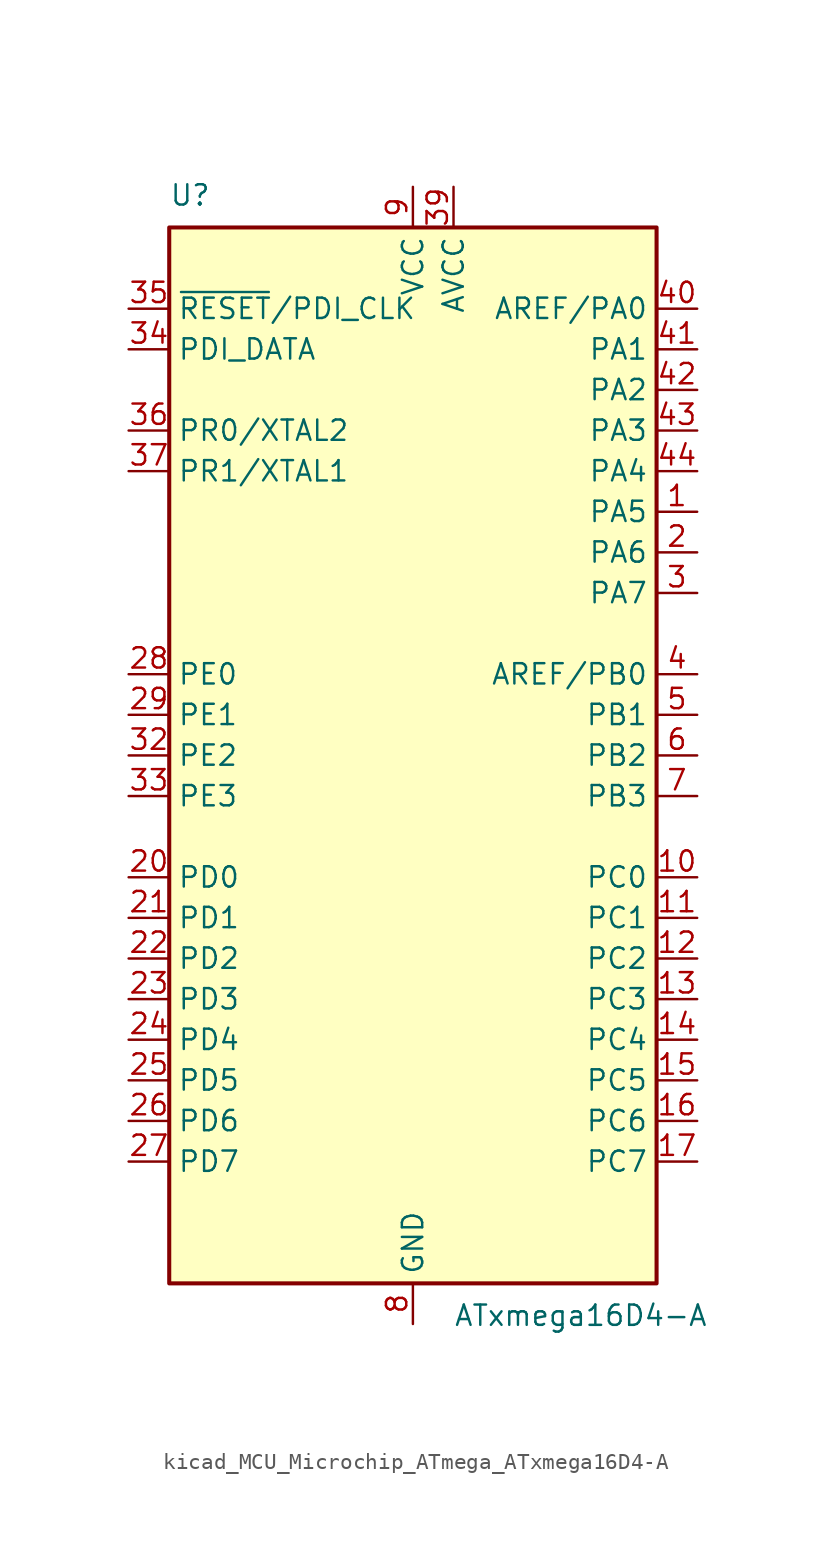
<source format=kicad_sym>
(kicad_symbol_lib
  (version 20220914)
  (generator kicad_symbol_editor)
  (symbol "kicad_MCU_Microchip_ATmega_ATxmega16D4-A"
    (property "Reference" "U"
      (at -15.24 34.29 0)
      (effects (font (size 1.27 1.27)) (justify left bottom)))
    (property "Value" "ATxmega16D4-A"
      (at 2.54 -34.29 0)
      (effects (font (size 1.27 1.27)) (justify left top)))
    (symbol "kicad_MCU_Microchip_ATmega_ATxmega16D4-A_0_1"
      (rectangle (start -15.24 -33.02) (end 15.24 33.02) (stroke (width 0.254) (type default)) (fill (type background))))
    (symbol "kicad_MCU_Microchip_ATmega_ATxmega16D4-A_1_1"
      (pin bidirectional line (at 17.78 15.24 180) (length 2.54) (name "PA5" (effects (font (size 1.27 1.27)))) (number "1" (effects (font (size 1.27 1.27)))))
      (pin bidirectional line (at 17.78 -7.62 180) (length 2.54) (name "PC0" (effects (font (size 1.27 1.27)))) (number "10" (effects (font (size 1.27 1.27)))))
      (pin bidirectional line (at 17.78 -10.16 180) (length 2.54) (name "PC1" (effects (font (size 1.27 1.27)))) (number "11" (effects (font (size 1.27 1.27)))))
      (pin bidirectional line (at 17.78 -12.7 180) (length 2.54) (name "PC2" (effects (font (size 1.27 1.27)))) (number "12" (effects (font (size 1.27 1.27)))))
      (pin bidirectional line (at 17.78 -15.24 180) (length 2.54) (name "PC3" (effects (font (size 1.27 1.27)))) (number "13" (effects (font (size 1.27 1.27)))))
      (pin bidirectional line (at 17.78 -17.78 180) (length 2.54) (name "PC4" (effects (font (size 1.27 1.27)))) (number "14" (effects (font (size 1.27 1.27)))))
      (pin bidirectional line (at 17.78 -20.32 180) (length 2.54) (name "PC5" (effects (font (size 1.27 1.27)))) (number "15" (effects (font (size 1.27 1.27)))))
      (pin bidirectional line (at 17.78 -22.86 180) (length 2.54) (name "PC6" (effects (font (size 1.27 1.27)))) (number "16" (effects (font (size 1.27 1.27)))))
      (pin bidirectional line (at 17.78 -25.4 180) (length 2.54) (name "PC7" (effects (font (size 1.27 1.27)))) (number "17" (effects (font (size 1.27 1.27)))))
      (pin passive line (at 0 -35.56 90) (length 2.54) hide (name "GND" (effects (font (size 1.27 1.27)))) (number "18" (effects (font (size 1.27 1.27)))))
      (pin passive line (at 0 35.56 270) (length 2.54) hide (name "VCC" (effects (font (size 1.27 1.27)))) (number "19" (effects (font (size 1.27 1.27)))))
      (pin bidirectional line (at 17.78 12.7 180) (length 2.54) (name "PA6" (effects (font (size 1.27 1.27)))) (number "2" (effects (font (size 1.27 1.27)))))
      (pin bidirectional line (at -17.78 -7.62 0) (length 2.54) (name "PD0" (effects (font (size 1.27 1.27)))) (number "20" (effects (font (size 1.27 1.27)))))
      (pin bidirectional line (at -17.78 -10.16 0) (length 2.54) (name "PD1" (effects (font (size 1.27 1.27)))) (number "21" (effects (font (size 1.27 1.27)))))
      (pin bidirectional line (at -17.78 -12.7 0) (length 2.54) (name "PD2" (effects (font (size 1.27 1.27)))) (number "22" (effects (font (size 1.27 1.27)))))
      (pin bidirectional line (at -17.78 -15.24 0) (length 2.54) (name "PD3" (effects (font (size 1.27 1.27)))) (number "23" (effects (font (size 1.27 1.27)))))
      (pin bidirectional line (at -17.78 -17.78 0) (length 2.54) (name "PD4" (effects (font (size 1.27 1.27)))) (number "24" (effects (font (size 1.27 1.27)))))
      (pin bidirectional line (at -17.78 -20.32 0) (length 2.54) (name "PD5" (effects (font (size 1.27 1.27)))) (number "25" (effects (font (size 1.27 1.27)))))
      (pin bidirectional line (at -17.78 -22.86 0) (length 2.54) (name "PD6" (effects (font (size 1.27 1.27)))) (number "26" (effects (font (size 1.27 1.27)))))
      (pin bidirectional line (at -17.78 -25.4 0) (length 2.54) (name "PD7" (effects (font (size 1.27 1.27)))) (number "27" (effects (font (size 1.27 1.27)))))
      (pin bidirectional line (at -17.78 5.08 0) (length 2.54) (name "PE0" (effects (font (size 1.27 1.27)))) (number "28" (effects (font (size 1.27 1.27)))))
      (pin bidirectional line (at -17.78 2.54 0) (length 2.54) (name "PE1" (effects (font (size 1.27 1.27)))) (number "29" (effects (font (size 1.27 1.27)))))
      (pin bidirectional line (at 17.78 10.16 180) (length 2.54) (name "PA7" (effects (font (size 1.27 1.27)))) (number "3" (effects (font (size 1.27 1.27)))))
      (pin passive line (at 0 -35.56 90) (length 2.54) hide (name "GND" (effects (font (size 1.27 1.27)))) (number "30" (effects (font (size 1.27 1.27)))))
      (pin passive line (at 0 35.56 270) (length 2.54) hide (name "VCC" (effects (font (size 1.27 1.27)))) (number "31" (effects (font (size 1.27 1.27)))))
      (pin bidirectional line (at -17.78 0 0) (length 2.54) (name "PE2" (effects (font (size 1.27 1.27)))) (number "32" (effects (font (size 1.27 1.27)))))
      (pin bidirectional line (at -17.78 -2.54 0) (length 2.54) (name "PE3" (effects (font (size 1.27 1.27)))) (number "33" (effects (font (size 1.27 1.27)))))
      (pin bidirectional line (at -17.78 25.4 0) (length 2.54) (name "PDI_DATA" (effects (font (size 1.27 1.27)))) (number "34" (effects (font (size 1.27 1.27)))))
      (pin input line (at -17.78 27.94 0) (length 2.54) (name "~{RESET}/PDI_CLK" (effects (font (size 1.27 1.27)))) (number "35" (effects (font (size 1.27 1.27)))))
      (pin bidirectional line (at -17.78 20.32 0) (length 2.54) (name "PR0/XTAL2" (effects (font (size 1.27 1.27)))) (number "36" (effects (font (size 1.27 1.27)))))
      (pin bidirectional line (at -17.78 17.78 0) (length 2.54) (name "PR1/XTAL1" (effects (font (size 1.27 1.27)))) (number "37" (effects (font (size 1.27 1.27)))))
      (pin passive line (at 0 -35.56 90) (length 2.54) hide (name "GND" (effects (font (size 1.27 1.27)))) (number "38" (effects (font (size 1.27 1.27)))))
      (pin power_in line (at 2.54 35.56 270) (length 2.54) (name "AVCC" (effects (font (size 1.27 1.27)))) (number "39" (effects (font (size 1.27 1.27)))))
      (pin bidirectional line (at 17.78 5.08 180) (length 2.54) (name "AREF/PB0" (effects (font (size 1.27 1.27)))) (number "4" (effects (font (size 1.27 1.27)))))
      (pin bidirectional line (at 17.78 27.94 180) (length 2.54) (name "AREF/PA0" (effects (font (size 1.27 1.27)))) (number "40" (effects (font (size 1.27 1.27)))))
      (pin bidirectional line (at 17.78 25.4 180) (length 2.54) (name "PA1" (effects (font (size 1.27 1.27)))) (number "41" (effects (font (size 1.27 1.27)))))
      (pin bidirectional line (at 17.78 22.86 180) (length 2.54) (name "PA2" (effects (font (size 1.27 1.27)))) (number "42" (effects (font (size 1.27 1.27)))))
      (pin bidirectional line (at 17.78 20.32 180) (length 2.54) (name "PA3" (effects (font (size 1.27 1.27)))) (number "43" (effects (font (size 1.27 1.27)))))
      (pin bidirectional line (at 17.78 17.78 180) (length 2.54) (name "PA4" (effects (font (size 1.27 1.27)))) (number "44" (effects (font (size 1.27 1.27)))))
      (pin bidirectional line (at 17.78 2.54 180) (length 2.54) (name "PB1" (effects (font (size 1.27 1.27)))) (number "5" (effects (font (size 1.27 1.27)))))
      (pin bidirectional line (at 17.78 0 180) (length 2.54) (name "PB2" (effects (font (size 1.27 1.27)))) (number "6" (effects (font (size 1.27 1.27)))))
      (pin bidirectional line (at 17.78 -2.54 180) (length 2.54) (name "PB3" (effects (font (size 1.27 1.27)))) (number "7" (effects (font (size 1.27 1.27)))))
      (pin power_in line (at 0 -35.56 90) (length 2.54) (name "GND" (effects (font (size 1.27 1.27)))) (number "8" (effects (font (size 1.27 1.27)))))
      (pin power_in line (at 0 35.56 270) (length 2.54) (name "VCC" (effects (font (size 1.27 1.27)))) (number "9" (effects (font (size 1.27 1.27))))))))
</source>
